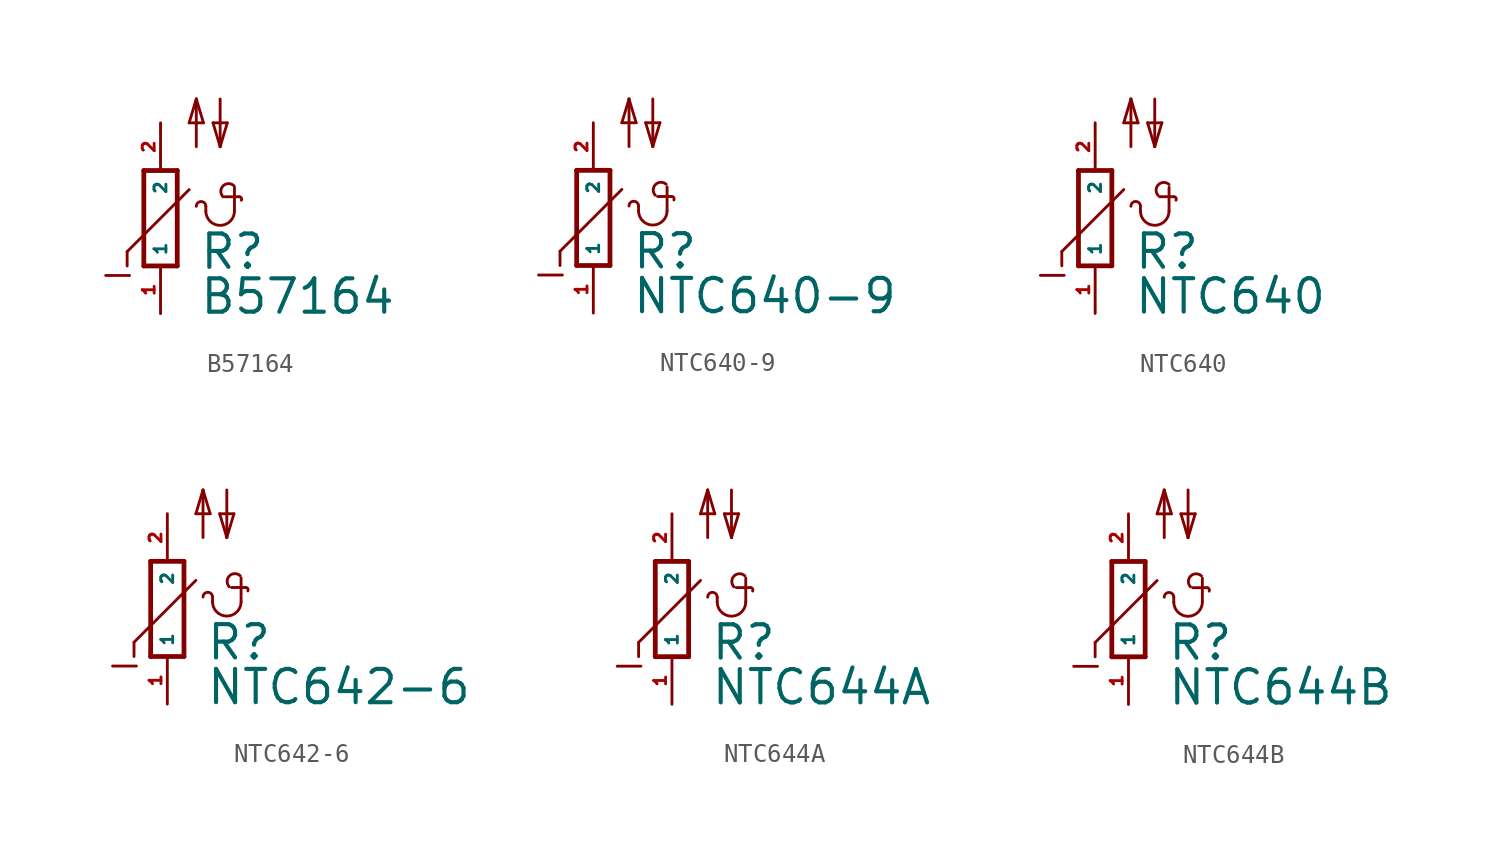
<source format=kicad_sym>
(kicad_symbol_lib
  (version 20220914)
  (generator kicad_symbol_editor)
  (symbol "B57164"
    (property "Reference" "R"
      (at 2.032 -2.819 0)
      (effects (font (size 1.778 1.778) (thickness 0.22)) (justify left bottom)))
    (property "Value" "B57164"
      (at 2.032 -5.207 0)
      (effects (font (size 1.778 1.778) (thickness 0.22)) (justify left bottom)))
    (symbol "B57164_1_1"
      (polyline (pts (xy -2.921 -3.048) (xy -1.651 -3.048)) (stroke (width 0.152) (type default)) (fill (type none)))
      (polyline (pts (xy -1.778 -1.778) (xy -1.778 -2.54)) (stroke (width 0.152) (type default)) (fill (type none)))
      (polyline (pts (xy -0.889 2.54) (xy -0.889 -2.54)) (stroke (width 0.254) (type default)) (fill (type none)))
      (polyline (pts (xy 0.889 -2.54) (xy -0.889 -2.54)) (stroke (width 0.254) (type default)) (fill (type none)))
      (polyline (pts (xy 0.889 -2.54) (xy 0.889 2.54)) (stroke (width 0.254) (type default)) (fill (type none)))
      (polyline (pts (xy 0.889 2.54) (xy -0.889 2.54)) (stroke (width 0.254) (type default)) (fill (type none)))
      (polyline (pts (xy 1.524 1.524) (xy -1.778 -1.778)) (stroke (width 0.152) (type default)) (fill (type none)))
      (polyline (pts (xy 1.524 5.08) (xy 1.905 6.35)) (stroke (width 0.152) (type default)) (fill (type none)))
      (polyline (pts (xy 1.905 3.81) (xy 1.905 6.35)) (stroke (width 0.152) (type default)) (fill (type none)))
      (polyline (pts (xy 1.905 6.35) (xy 2.286 5.08)) (stroke (width 0.152) (type default)) (fill (type none)))
      (polyline (pts (xy 2.286 5.08) (xy 1.524 5.08)) (stroke (width 0.152) (type default)) (fill (type none)))
      (polyline (pts (xy 2.413 0.381) (xy 2.413 0.635)) (stroke (width 0.152) (type default)) (fill (type none)))
      (polyline (pts (xy 2.794 5.08) (xy 3.175 3.81)) (stroke (width 0.152) (type default)) (fill (type none)))
      (polyline (pts (xy 3.175 3.81) (xy 3.556 5.08)) (stroke (width 0.152) (type default)) (fill (type none)))
      (polyline (pts (xy 3.175 6.35) (xy 3.175 3.81)) (stroke (width 0.152) (type default)) (fill (type none)))
      (polyline (pts (xy 3.429 1.143) (xy 4.191 1.143)) (stroke (width 0.152) (type default)) (fill (type none)))
      (polyline (pts (xy 3.556 5.08) (xy 2.794 5.08)) (stroke (width 0.152) (type default)) (fill (type none)))
      (polyline (pts (xy 3.937 0.381) (xy 3.937 1.651)) (stroke (width 0.152) (type default)) (fill (type none)))
      (arc (start 2.413 0.381) (mid 3.175 -0.3777) (end 3.937 0.381) (stroke (width 0.1524) (type default)) (fill (type none)))
      (arc (start 2.413 0.635) (mid 2.159 0.8879) (end 1.905 0.635) (stroke (width 0.1524) (type default)) (fill (type none)))
      (arc (start 3.9116 1.7272) (mid 3.334 1.7206) (end 3.3274 1.143) (stroke (width 0.1524) (type default)) (fill (type none)))
      (arc (start 4.3047 0.9591) (mid 4.299 1.083) (end 4.191 1.143) (stroke (width 0.1524) (type default)) (fill (type none)))
      (pin passive line (at 0 -5.08 90) (length 2.54) (name "1" (effects (font (size 0.635 0.635)))) (number "1" (effects (font (size 0.635 0.635)))))
      (pin passive line (at 0 5.08 270) (length 2.54) (name "2" (effects (font (size 0.635 0.635)))) (number "2" (effects (font (size 0.635 0.635)))))))
  (symbol "NTC640-9"
    (property "Reference" "R"
      (at 2.032 -2.819 0)
      (effects (font (size 1.778 1.778) (thickness 0.22)) (justify left bottom)))
    (property "Value" "NTC640-9"
      (at 2.032 -5.207 0)
      (effects (font (size 1.778 1.778) (thickness 0.22)) (justify left bottom)))
    (symbol "NTC640-9_1_1"
      (polyline (pts (xy -2.921 -3.048) (xy -1.651 -3.048)) (stroke (width 0.152) (type default)) (fill (type none)))
      (polyline (pts (xy -1.778 -1.778) (xy -1.778 -2.54)) (stroke (width 0.152) (type default)) (fill (type none)))
      (polyline (pts (xy -0.889 2.54) (xy -0.889 -2.54)) (stroke (width 0.254) (type default)) (fill (type none)))
      (polyline (pts (xy 0.889 -2.54) (xy -0.889 -2.54)) (stroke (width 0.254) (type default)) (fill (type none)))
      (polyline (pts (xy 0.889 -2.54) (xy 0.889 2.54)) (stroke (width 0.254) (type default)) (fill (type none)))
      (polyline (pts (xy 0.889 2.54) (xy -0.889 2.54)) (stroke (width 0.254) (type default)) (fill (type none)))
      (polyline (pts (xy 1.524 1.524) (xy -1.778 -1.778)) (stroke (width 0.152) (type default)) (fill (type none)))
      (polyline (pts (xy 1.524 5.08) (xy 1.905 6.35)) (stroke (width 0.152) (type default)) (fill (type none)))
      (polyline (pts (xy 1.905 3.81) (xy 1.905 6.35)) (stroke (width 0.152) (type default)) (fill (type none)))
      (polyline (pts (xy 1.905 6.35) (xy 2.286 5.08)) (stroke (width 0.152) (type default)) (fill (type none)))
      (polyline (pts (xy 2.286 5.08) (xy 1.524 5.08)) (stroke (width 0.152) (type default)) (fill (type none)))
      (polyline (pts (xy 2.413 0.381) (xy 2.413 0.635)) (stroke (width 0.152) (type default)) (fill (type none)))
      (polyline (pts (xy 2.794 5.08) (xy 3.175 3.81)) (stroke (width 0.152) (type default)) (fill (type none)))
      (polyline (pts (xy 3.175 3.81) (xy 3.556 5.08)) (stroke (width 0.152) (type default)) (fill (type none)))
      (polyline (pts (xy 3.175 6.35) (xy 3.175 3.81)) (stroke (width 0.152) (type default)) (fill (type none)))
      (polyline (pts (xy 3.429 1.143) (xy 4.191 1.143)) (stroke (width 0.152) (type default)) (fill (type none)))
      (polyline (pts (xy 3.556 5.08) (xy 2.794 5.08)) (stroke (width 0.152) (type default)) (fill (type none)))
      (polyline (pts (xy 3.937 0.381) (xy 3.937 1.651)) (stroke (width 0.152) (type default)) (fill (type none)))
      (arc (start 2.413 0.381) (mid 3.175 -0.3777) (end 3.937 0.381) (stroke (width 0.1524) (type default)) (fill (type none)))
      (arc (start 2.413 0.635) (mid 2.159 0.8879) (end 1.905 0.635) (stroke (width 0.1524) (type default)) (fill (type none)))
      (arc (start 3.8884 1.7958) (mid 3.3172 1.788) (end 3.3042 1.2116) (stroke (width 0.1524) (type default)) (fill (type none)))
      (arc (start 4.3047 0.9591) (mid 4.299 1.083) (end 4.191 1.143) (stroke (width 0.1524) (type default)) (fill (type none)))
      (pin passive line (at 0 -5.08 90) (length 2.54) (name "1" (effects (font (size 0.635 0.635)))) (number "1" (effects (font (size 0.635 0.635)))))
      (pin passive line (at 0 5.08 270) (length 2.54) (name "2" (effects (font (size 0.635 0.635)))) (number "2" (effects (font (size 0.635 0.635)))))))
  (symbol "NTC640"
    (property "Reference" "R"
      (at 2.032 -2.819 0)
      (effects (font (size 1.778 1.778) (thickness 0.22)) (justify left bottom)))
    (property "Value" "NTC640"
      (at 2.032 -5.207 0)
      (effects (font (size 1.778 1.778) (thickness 0.22)) (justify left bottom)))
    (symbol "NTC640_1_1"
      (polyline (pts (xy -2.921 -3.048) (xy -1.651 -3.048)) (stroke (width 0.152) (type default)) (fill (type none)))
      (polyline (pts (xy -1.778 -1.778) (xy -1.778 -2.54)) (stroke (width 0.152) (type default)) (fill (type none)))
      (polyline (pts (xy -0.889 2.54) (xy -0.889 -2.54)) (stroke (width 0.254) (type default)) (fill (type none)))
      (polyline (pts (xy 0.889 -2.54) (xy -0.889 -2.54)) (stroke (width 0.254) (type default)) (fill (type none)))
      (polyline (pts (xy 0.889 -2.54) (xy 0.889 2.54)) (stroke (width 0.254) (type default)) (fill (type none)))
      (polyline (pts (xy 0.889 2.54) (xy -0.889 2.54)) (stroke (width 0.254) (type default)) (fill (type none)))
      (polyline (pts (xy 1.524 1.524) (xy -1.778 -1.778)) (stroke (width 0.152) (type default)) (fill (type none)))
      (polyline (pts (xy 1.524 5.08) (xy 1.905 6.35)) (stroke (width 0.152) (type default)) (fill (type none)))
      (polyline (pts (xy 1.905 3.81) (xy 1.905 6.35)) (stroke (width 0.152) (type default)) (fill (type none)))
      (polyline (pts (xy 1.905 6.35) (xy 2.286 5.08)) (stroke (width 0.152) (type default)) (fill (type none)))
      (polyline (pts (xy 2.286 5.08) (xy 1.524 5.08)) (stroke (width 0.152) (type default)) (fill (type none)))
      (polyline (pts (xy 2.413 0.381) (xy 2.413 0.635)) (stroke (width 0.152) (type default)) (fill (type none)))
      (polyline (pts (xy 2.794 5.08) (xy 3.175 3.81)) (stroke (width 0.152) (type default)) (fill (type none)))
      (polyline (pts (xy 3.175 3.81) (xy 3.556 5.08)) (stroke (width 0.152) (type default)) (fill (type none)))
      (polyline (pts (xy 3.175 6.35) (xy 3.175 3.81)) (stroke (width 0.152) (type default)) (fill (type none)))
      (polyline (pts (xy 3.429 1.143) (xy 4.191 1.143)) (stroke (width 0.152) (type default)) (fill (type none)))
      (polyline (pts (xy 3.556 5.08) (xy 2.794 5.08)) (stroke (width 0.152) (type default)) (fill (type none)))
      (polyline (pts (xy 3.937 0.381) (xy 3.937 1.651)) (stroke (width 0.152) (type default)) (fill (type none)))
      (arc (start 2.413 0.381) (mid 3.175 -0.3777) (end 3.937 0.381) (stroke (width 0.1524) (type default)) (fill (type none)))
      (arc (start 2.413 0.635) (mid 2.159 0.8879) (end 1.905 0.635) (stroke (width 0.1524) (type default)) (fill (type none)))
      (arc (start 3.9392 1.7958) (mid 3.368 1.788) (end 3.355 1.2116) (stroke (width 0.1524) (type default)) (fill (type none)))
      (arc (start 4.3047 0.9591) (mid 4.299 1.083) (end 4.191 1.143) (stroke (width 0.1524) (type default)) (fill (type none)))
      (pin passive line (at 0 -5.08 90) (length 2.54) (name "1" (effects (font (size 0.635 0.635)))) (number "1" (effects (font (size 0.635 0.635)))))
      (pin passive line (at 0 5.08 270) (length 2.54) (name "2" (effects (font (size 0.635 0.635)))) (number "2" (effects (font (size 0.635 0.635)))))))
  (symbol "NTC642-6"
    (property "Reference" "R"
      (at 2.032 -2.819 0)
      (effects (font (size 1.778 1.778) (thickness 0.22)) (justify left bottom)))
    (property "Value" "NTC642-6"
      (at 2.032 -5.207 0)
      (effects (font (size 1.778 1.778) (thickness 0.22)) (justify left bottom)))
    (symbol "NTC642-6_1_1"
      (polyline (pts (xy -2.921 -3.048) (xy -1.651 -3.048)) (stroke (width 0.152) (type default)) (fill (type none)))
      (polyline (pts (xy -1.778 -1.778) (xy -1.778 -2.54)) (stroke (width 0.152) (type default)) (fill (type none)))
      (polyline (pts (xy -0.889 2.54) (xy -0.889 -2.54)) (stroke (width 0.254) (type default)) (fill (type none)))
      (polyline (pts (xy 0.889 -2.54) (xy -0.889 -2.54)) (stroke (width 0.254) (type default)) (fill (type none)))
      (polyline (pts (xy 0.889 -2.54) (xy 0.889 2.54)) (stroke (width 0.254) (type default)) (fill (type none)))
      (polyline (pts (xy 0.889 2.54) (xy -0.889 2.54)) (stroke (width 0.254) (type default)) (fill (type none)))
      (polyline (pts (xy 1.524 1.524) (xy -1.778 -1.778)) (stroke (width 0.152) (type default)) (fill (type none)))
      (polyline (pts (xy 1.524 5.08) (xy 1.905 6.35)) (stroke (width 0.152) (type default)) (fill (type none)))
      (polyline (pts (xy 1.905 3.81) (xy 1.905 6.35)) (stroke (width 0.152) (type default)) (fill (type none)))
      (polyline (pts (xy 1.905 6.35) (xy 2.286 5.08)) (stroke (width 0.152) (type default)) (fill (type none)))
      (polyline (pts (xy 2.286 5.08) (xy 1.524 5.08)) (stroke (width 0.152) (type default)) (fill (type none)))
      (polyline (pts (xy 2.413 0.381) (xy 2.413 0.635)) (stroke (width 0.152) (type default)) (fill (type none)))
      (polyline (pts (xy 2.794 5.08) (xy 3.175 3.81)) (stroke (width 0.152) (type default)) (fill (type none)))
      (polyline (pts (xy 3.175 3.81) (xy 3.556 5.08)) (stroke (width 0.152) (type default)) (fill (type none)))
      (polyline (pts (xy 3.175 6.35) (xy 3.175 3.81)) (stroke (width 0.152) (type default)) (fill (type none)))
      (polyline (pts (xy 3.429 1.143) (xy 4.191 1.143)) (stroke (width 0.152) (type default)) (fill (type none)))
      (polyline (pts (xy 3.556 5.08) (xy 2.794 5.08)) (stroke (width 0.152) (type default)) (fill (type none)))
      (polyline (pts (xy 3.937 0.381) (xy 3.937 1.651)) (stroke (width 0.152) (type default)) (fill (type none)))
      (arc (start 2.413 0.381) (mid 3.175 -0.3777) (end 3.937 0.381) (stroke (width 0.1524) (type default)) (fill (type none)))
      (arc (start 2.413 0.635) (mid 2.159 0.8879) (end 1.905 0.635) (stroke (width 0.1524) (type default)) (fill (type none)))
      (arc (start 3.8884 1.7704) (mid 3.3172 1.7626) (end 3.3042 1.1862) (stroke (width 0.1524) (type default)) (fill (type none)))
      (arc (start 4.3047 0.9591) (mid 4.299 1.083) (end 4.191 1.143) (stroke (width 0.1524) (type default)) (fill (type none)))
      (pin passive line (at 0 -5.08 90) (length 2.54) (name "1" (effects (font (size 0.635 0.635)))) (number "1" (effects (font (size 0.635 0.635)))))
      (pin passive line (at 0 5.08 270) (length 2.54) (name "2" (effects (font (size 0.635 0.635)))) (number "2" (effects (font (size 0.635 0.635)))))))
  (symbol "NTC644A"
    (property "Reference" "R"
      (at 2.032 -2.819 0)
      (effects (font (size 1.778 1.778) (thickness 0.22)) (justify left bottom)))
    (property "Value" "NTC644A"
      (at 2.032 -5.207 0)
      (effects (font (size 1.778 1.778) (thickness 0.22)) (justify left bottom)))
    (symbol "NTC644A_1_1"
      (polyline (pts (xy -2.921 -3.048) (xy -1.651 -3.048)) (stroke (width 0.152) (type default)) (fill (type none)))
      (polyline (pts (xy -1.778 -1.778) (xy -1.778 -2.54)) (stroke (width 0.152) (type default)) (fill (type none)))
      (polyline (pts (xy -0.889 2.54) (xy -0.889 -2.54)) (stroke (width 0.254) (type default)) (fill (type none)))
      (polyline (pts (xy 0.889 -2.54) (xy -0.889 -2.54)) (stroke (width 0.254) (type default)) (fill (type none)))
      (polyline (pts (xy 0.889 -2.54) (xy 0.889 2.54)) (stroke (width 0.254) (type default)) (fill (type none)))
      (polyline (pts (xy 0.889 2.54) (xy -0.889 2.54)) (stroke (width 0.254) (type default)) (fill (type none)))
      (polyline (pts (xy 1.524 1.524) (xy -1.778 -1.778)) (stroke (width 0.152) (type default)) (fill (type none)))
      (polyline (pts (xy 1.524 5.08) (xy 1.905 6.35)) (stroke (width 0.152) (type default)) (fill (type none)))
      (polyline (pts (xy 1.905 3.81) (xy 1.905 6.35)) (stroke (width 0.152) (type default)) (fill (type none)))
      (polyline (pts (xy 1.905 6.35) (xy 2.286 5.08)) (stroke (width 0.152) (type default)) (fill (type none)))
      (polyline (pts (xy 2.286 5.08) (xy 1.524 5.08)) (stroke (width 0.152) (type default)) (fill (type none)))
      (polyline (pts (xy 2.413 0.381) (xy 2.413 0.635)) (stroke (width 0.152) (type default)) (fill (type none)))
      (polyline (pts (xy 2.794 5.08) (xy 3.175 3.81)) (stroke (width 0.152) (type default)) (fill (type none)))
      (polyline (pts (xy 3.175 3.81) (xy 3.556 5.08)) (stroke (width 0.152) (type default)) (fill (type none)))
      (polyline (pts (xy 3.175 6.35) (xy 3.175 3.81)) (stroke (width 0.152) (type default)) (fill (type none)))
      (polyline (pts (xy 3.429 1.143) (xy 4.191 1.143)) (stroke (width 0.152) (type default)) (fill (type none)))
      (polyline (pts (xy 3.556 5.08) (xy 2.794 5.08)) (stroke (width 0.152) (type default)) (fill (type none)))
      (polyline (pts (xy 3.937 0.381) (xy 3.937 1.651)) (stroke (width 0.152) (type default)) (fill (type none)))
      (arc (start 2.413 0.381) (mid 3.175 -0.3777) (end 3.937 0.381) (stroke (width 0.1524) (type default)) (fill (type none)))
      (arc (start 2.413 0.635) (mid 2.159 0.8879) (end 1.905 0.635) (stroke (width 0.1524) (type default)) (fill (type none)))
      (arc (start 3.8884 1.7704) (mid 3.3172 1.7626) (end 3.3042 1.1862) (stroke (width 0.1524) (type default)) (fill (type none)))
      (arc (start 4.3047 0.9591) (mid 4.299 1.083) (end 4.191 1.143) (stroke (width 0.1524) (type default)) (fill (type none)))
      (pin passive line (at 0 -5.08 90) (length 2.54) (name "1" (effects (font (size 0.635 0.635)))) (number "1" (effects (font (size 0.635 0.635)))))
      (pin passive line (at 0 5.08 270) (length 2.54) (name "2" (effects (font (size 0.635 0.635)))) (number "2" (effects (font (size 0.635 0.635)))))))
  (symbol "NTC644B"
    (property "Reference" "R"
      (at 2.032 -2.819 0)
      (effects (font (size 1.778 1.778) (thickness 0.22)) (justify left bottom)))
    (property "Value" "NTC644B"
      (at 2.032 -5.207 0)
      (effects (font (size 1.778 1.778) (thickness 0.22)) (justify left bottom)))
    (symbol "NTC644B_1_1"
      (polyline (pts (xy -2.921 -3.048) (xy -1.651 -3.048)) (stroke (width 0.152) (type default)) (fill (type none)))
      (polyline (pts (xy -1.778 -1.778) (xy -1.778 -2.54)) (stroke (width 0.152) (type default)) (fill (type none)))
      (polyline (pts (xy -0.889 2.54) (xy -0.889 -2.54)) (stroke (width 0.254) (type default)) (fill (type none)))
      (polyline (pts (xy 0.889 -2.54) (xy -0.889 -2.54)) (stroke (width 0.254) (type default)) (fill (type none)))
      (polyline (pts (xy 0.889 -2.54) (xy 0.889 2.54)) (stroke (width 0.254) (type default)) (fill (type none)))
      (polyline (pts (xy 0.889 2.54) (xy -0.889 2.54)) (stroke (width 0.254) (type default)) (fill (type none)))
      (polyline (pts (xy 1.524 1.524) (xy -1.778 -1.778)) (stroke (width 0.152) (type default)) (fill (type none)))
      (polyline (pts (xy 1.524 5.08) (xy 1.905 6.35)) (stroke (width 0.152) (type default)) (fill (type none)))
      (polyline (pts (xy 1.905 3.81) (xy 1.905 6.35)) (stroke (width 0.152) (type default)) (fill (type none)))
      (polyline (pts (xy 1.905 6.35) (xy 2.286 5.08)) (stroke (width 0.152) (type default)) (fill (type none)))
      (polyline (pts (xy 2.286 5.08) (xy 1.524 5.08)) (stroke (width 0.152) (type default)) (fill (type none)))
      (polyline (pts (xy 2.413 0.381) (xy 2.413 0.635)) (stroke (width 0.152) (type default)) (fill (type none)))
      (polyline (pts (xy 2.794 5.08) (xy 3.175 3.81)) (stroke (width 0.152) (type default)) (fill (type none)))
      (polyline (pts (xy 3.175 3.81) (xy 3.556 5.08)) (stroke (width 0.152) (type default)) (fill (type none)))
      (polyline (pts (xy 3.175 6.35) (xy 3.175 3.81)) (stroke (width 0.152) (type default)) (fill (type none)))
      (polyline (pts (xy 3.429 1.143) (xy 4.191 1.143)) (stroke (width 0.152) (type default)) (fill (type none)))
      (polyline (pts (xy 3.556 5.08) (xy 2.794 5.08)) (stroke (width 0.152) (type default)) (fill (type none)))
      (polyline (pts (xy 3.937 0.381) (xy 3.937 1.651)) (stroke (width 0.152) (type default)) (fill (type none)))
      (arc (start 2.413 0.381) (mid 3.175 -0.3777) (end 3.937 0.381) (stroke (width 0.1524) (type default)) (fill (type none)))
      (arc (start 2.413 0.635) (mid 2.159 0.8879) (end 1.905 0.635) (stroke (width 0.1524) (type default)) (fill (type none)))
      (arc (start 3.8884 1.7704) (mid 3.3172 1.7626) (end 3.3042 1.1862) (stroke (width 0.1524) (type default)) (fill (type none)))
      (arc (start 4.3047 0.9591) (mid 4.299 1.083) (end 4.191 1.143) (stroke (width 0.1524) (type default)) (fill (type none)))
      (pin passive line (at 0 -5.08 90) (length 2.54) (name "1" (effects (font (size 0.635 0.635)))) (number "1" (effects (font (size 0.635 0.635)))))
      (pin passive line (at 0 5.08 270) (length 2.54) (name "2" (effects (font (size 0.635 0.635)))) (number "2" (effects (font (size 0.635 0.635))))))))
</source>
